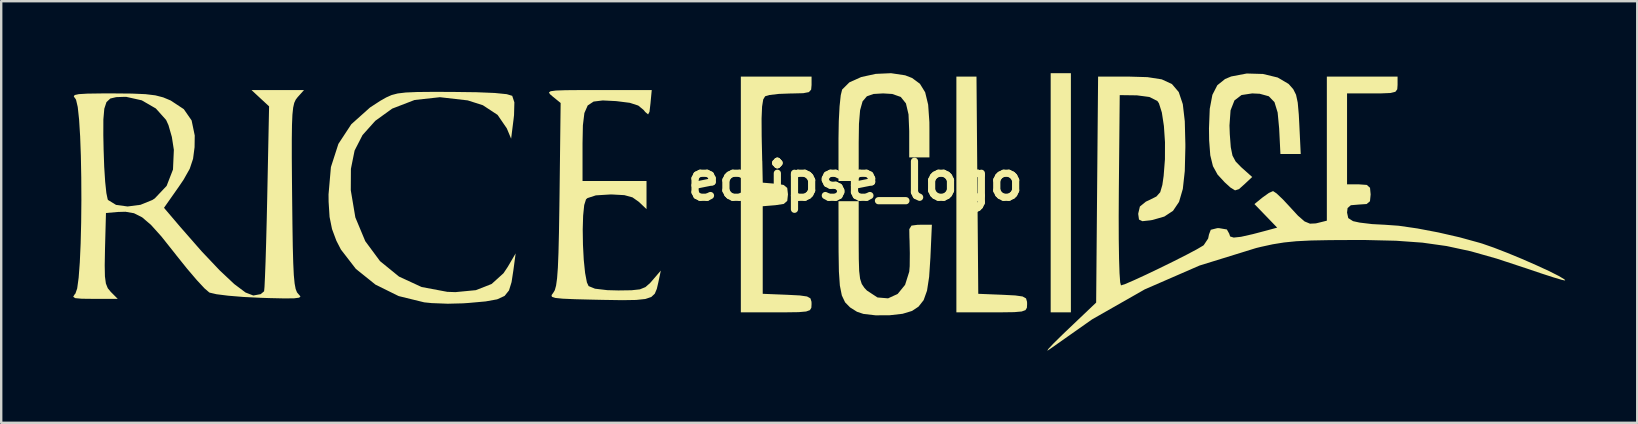
<source format=kicad_pcb>
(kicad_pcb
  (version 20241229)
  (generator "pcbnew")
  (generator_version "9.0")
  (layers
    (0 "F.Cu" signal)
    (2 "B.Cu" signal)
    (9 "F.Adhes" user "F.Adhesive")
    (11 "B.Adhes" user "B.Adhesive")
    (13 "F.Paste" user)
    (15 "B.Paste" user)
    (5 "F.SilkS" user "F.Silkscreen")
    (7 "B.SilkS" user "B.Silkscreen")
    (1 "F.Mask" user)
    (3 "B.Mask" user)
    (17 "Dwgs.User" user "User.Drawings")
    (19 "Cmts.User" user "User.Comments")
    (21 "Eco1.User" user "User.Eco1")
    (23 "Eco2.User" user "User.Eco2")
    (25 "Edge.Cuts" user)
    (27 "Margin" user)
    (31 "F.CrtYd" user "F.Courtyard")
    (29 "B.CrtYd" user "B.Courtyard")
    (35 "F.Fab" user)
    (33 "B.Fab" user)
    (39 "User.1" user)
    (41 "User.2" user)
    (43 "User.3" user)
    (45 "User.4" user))
  (footprint "eclipse_logo"
    (layer "F.Cu")
    (at 32.589 4.491)
    (property "Reference" "eclipse_logo" (at 0 0 0) (layer "F.SilkS") (effects (font (size 1.5 1.5) (thickness 0.3))))
    (attr board_only exclude_from_pos_files exclude_from_bom)
    (fp_poly (pts (xy 8.981 0.491) (xy 8.981 5.473) (xy 8.56 5.473) (xy 8.139 5.473) (xy 8.139 0.491) (xy 8.139 -4.491) (xy 8.56 -4.491) (xy 8.981 -4.491)) (stroke (width 0) (type solid)) (fill yes) (layer "F.SilkS"))
    (fp_poly (pts (xy 5.085 0.175) (xy 5.122 4.701) (xy 6.14 4.742) (xy 6.664 4.769) (xy 6.968 4.812) (xy 7.112 4.892) (xy 7.154 5.034) (xy 7.157 5.128) (xy 7.148 5.282) (xy 7.089 5.381) (xy 6.93 5.438) (xy 6.62 5.465) (xy 6.11 5.472) (xy 5.683 5.473) (xy 4.21 5.473) (xy 4.21 0.561) (xy 4.21 -4.35) (xy 4.629 -4.35) (xy 5.048 -4.35)) (stroke (width 0) (type solid)) (fill yes) (layer "F.SilkS"))
    (fp_poly (pts (xy 2.076 -4.403) (xy 2.365 -4.291) (xy 2.691 -4.05) (xy 2.909 -3.696) (xy 3.034 -3.18) (xy 3.085 -2.452) (xy 3.087 -2.169) (xy 3.087 -0.982) (xy 2.666 -0.982) (xy 2.245 -0.982) (xy 2.245 -2.083) (xy 2.216 -2.775) (xy 2.108 -3.233) (xy 1.892 -3.502) (xy 1.536 -3.626) (xy 1.157 -3.649) (xy 0.76 -3.626) (xy 0.481 -3.529) (xy 0.301 -3.317) (xy 0.198 -2.948) (xy 0.151 -2.381) (xy 0.14 -1.604) (xy 0.14 0) (xy -0.281 0) (xy -0.702 0) (xy -0.702 -1.763) (xy -0.69 -2.488) (xy -0.657 -3.112) (xy -0.608 -3.574) (xy -0.55 -3.81) (xy -0.249 -4.109) (xy 0.245 -4.331) (xy 0.851 -4.463) (xy 1.488 -4.491)) (stroke (width 0) (type solid)) (fill yes) (layer "F.SilkS"))
    (fp_poly (pts (xy 0.14 2.532) (xy 0.144 3.251) (xy 0.159 3.746) (xy 0.198 4.074) (xy 0.268 4.292) (xy 0.38 4.457) (xy 0.485 4.567) (xy 0.922 4.853) (xy 1.364 4.89) (xy 1.764 4.706) (xy 2.073 4.327) (xy 2.246 3.779) (xy 2.265 3.55) (xy 2.27 3.009) (xy 2.259 2.481) (xy 2.253 2.351) (xy 2.248 2.007) (xy 2.339 1.859) (xy 2.597 1.825) (xy 2.705 1.824) (xy 3.189 1.824) (xy 3.128 3.193) (xy 3.075 3.995) (xy 2.987 4.569) (xy 2.845 4.966) (xy 2.632 5.236) (xy 2.362 5.415) (xy 1.967 5.534) (xy 1.423 5.595) (xy 0.842 5.597) (xy 0.338 5.539) (xy 0.07 5.45) (xy -0.219 5.268) (xy -0.426 5.057) (xy -0.563 4.769) (xy -0.645 4.356) (xy -0.685 3.769) (xy -0.698 2.959) (xy -0.699 2.772) (xy -0.702 0.842) (xy -0.281 0.842) (xy 0.14 0.842)) (stroke (width 0) (type solid)) (fill yes) (layer "F.SilkS"))
    (fp_poly (pts (xy -1.824 -3.999) (xy -1.841 -3.808) (xy -1.935 -3.703) (xy -2.171 -3.658) (xy -2.613 -3.647) (xy -2.701 -3.646) (xy -3.193 -3.628) (xy -3.582 -3.582) (xy -3.758 -3.53) (xy -3.838 -3.398) (xy -3.886 -3.1) (xy -3.907 -2.601) (xy -3.903 -1.865) (xy -3.899 -1.673) (xy -3.859 0.07) (xy -3.333 0.114) (xy -2.986 0.166) (xy -2.838 0.289) (xy -2.807 0.555) (xy -2.807 0.561) (xy -2.837 0.83) (xy -2.982 0.956) (xy -3.324 1.008) (xy -3.333 1.009) (xy -3.859 1.052) (xy -3.859 2.877) (xy -3.859 4.701) (xy -2.842 4.742) (xy -2.317 4.769) (xy -2.013 4.812) (xy -1.87 4.892) (xy -1.827 5.034) (xy -1.824 5.128) (xy -1.833 5.282) (xy -1.892 5.381) (xy -2.051 5.438) (xy -2.361 5.465) (xy -2.872 5.472) (xy -3.298 5.473) (xy -4.771 5.473) (xy -4.771 0.561) (xy -4.771 -4.35) (xy -3.298 -4.35) (xy -1.824 -4.35)) (stroke (width 0) (type solid)) (fill yes) (layer "F.SilkS"))
    (fp_poly (pts (xy 16.986 -4.459) (xy 17.598 -4.311) (xy 18.049 -4.046) (xy 18.068 -4.027) (xy 18.248 -3.822) (xy 18.363 -3.592) (xy 18.433 -3.266) (xy 18.477 -2.771) (xy 18.497 -2.391) (xy 18.558 -1.123) (xy 18.135 -1.123) (xy 17.712 -1.123) (xy 17.659 -2.189) (xy 17.596 -2.853) (xy 17.464 -3.285) (xy 17.227 -3.53) (xy 16.85 -3.634) (xy 16.536 -3.649) (xy 16.09 -3.581) (xy 15.796 -3.356) (xy 15.634 -2.943) (xy 15.589 -2.311) (xy 15.602 -1.949) (xy 15.643 -1.408) (xy 15.714 -1.059) (xy 15.846 -0.812) (xy 16.071 -0.581) (xy 16.096 -0.558) (xy 16.535 -0.166) (xy 16.222 0.127) (xy 15.985 0.339) (xy 15.821 0.391) (xy 15.628 0.272) (xy 15.391 0.056) (xy 15.094 -0.265) (xy 14.9 -0.618) (xy 14.789 -1.07) (xy 14.742 -1.689) (xy 14.735 -2.191) (xy 14.767 -3.005) (xy 14.877 -3.589) (xy 15.082 -3.989) (xy 15.404 -4.248) (xy 15.66 -4.355) (xy 16.308 -4.478)) (stroke (width 0) (type solid)) (fill yes) (layer "F.SilkS"))
    (fp_poly (pts (xy -16.804 -3.711) (xy -15.784 -3.698) (xy -15.022 -3.667) (xy -14.524 -3.617) (xy -14.299 -3.549) (xy -14.296 -3.547) (xy -14.207 -3.276) (xy -14.221 -2.744) (xy -14.24 -2.576) (xy -14.342 -1.763) (xy -14.522 -2.192) (xy -14.907 -2.754) (xy -15.52 -3.157) (xy -16.151 -3.358) (xy -17.309 -3.491) (xy -18.364 -3.375) (xy -19.3 -3.014) (xy -20.003 -2.506) (xy -20.534 -1.913) (xy -20.864 -1.269) (xy -21.018 -0.506) (xy -21.023 0.387) (xy -20.833 1.518) (xy -20.419 2.509) (xy -19.805 3.339) (xy -19.014 3.983) (xy -18.072 4.418) (xy -17.002 4.619) (xy -16.663 4.631) (xy -15.811 4.549) (xy -15.156 4.292) (xy -14.66 3.844) (xy -14.482 3.578) (xy -14.154 3.017) (xy -14.248 3.719) (xy -14.324 4.214) (xy -14.431 4.56) (xy -14.615 4.789) (xy -14.924 4.931) (xy -15.405 5.018) (xy -16.105 5.081) (xy -16.349 5.098) (xy -16.981 5.114) (xy -17.652 5.088) (xy -17.962 5.057) (xy -19.029 4.795) (xy -19.994 4.319) (xy -20.812 3.662) (xy -21.434 2.857) (xy -21.624 2.488) (xy -21.805 2.002) (xy -21.907 1.498) (xy -21.947 0.865) (xy -21.95 0.561) (xy -21.851 -0.579) (xy -21.539 -1.546) (xy -21.001 -2.365) (xy -20.222 -3.062) (xy -19.787 -3.345) (xy -19.545 -3.482) (xy -19.322 -3.581) (xy -19.068 -3.647) (xy -18.731 -3.687) (xy -18.261 -3.707) (xy -17.608 -3.713)) (stroke (width 0) (type solid)) (fill yes) (layer "F.SilkS"))
    (fp_poly (pts (xy -8.536 -3.23) (xy -8.577 -2.882) (xy -8.635 -2.775) (xy -8.751 -2.872) (xy -8.826 -2.963) (xy -9.046 -3.143) (xy -9.397 -3.257) (xy -9.953 -3.327) (xy -9.977 -3.329) (xy -10.525 -3.356) (xy -10.906 -3.309) (xy -11.151 -3.147) (xy -11.29 -2.831) (xy -11.352 -2.319) (xy -11.367 -1.572) (xy -11.367 -1.463) (xy -11.367 0) (xy -10.034 0) (xy -8.701 0) (xy -8.701 0.586) (xy -8.701 1.172) (xy -9.025 0.866) (xy -9.285 0.683) (xy -9.624 0.59) (xy -10.137 0.562) (xy -10.201 0.561) (xy -10.811 0.599) (xy -11.162 0.713) (xy -11.222 0.766) (xy -11.297 1.003) (xy -11.342 1.444) (xy -11.359 2.02) (xy -11.349 2.657) (xy -11.316 3.285) (xy -11.26 3.831) (xy -11.185 4.225) (xy -11.114 4.379) (xy -10.848 4.488) (xy -10.333 4.549) (xy -9.874 4.561) (xy -9.325 4.553) (xy -8.976 4.515) (xy -8.745 4.421) (xy -8.551 4.25) (xy -8.461 4.147) (xy -8.105 3.733) (xy -8.207 4.217) (xy -8.271 4.494) (xy -8.356 4.696) (xy -8.502 4.833) (xy -8.749 4.917) (xy -9.139 4.957) (xy -9.71 4.966) (xy -10.505 4.954) (xy -10.929 4.945) (xy -11.682 4.926) (xy -12.193 4.904) (xy -12.501 4.873) (xy -12.643 4.826) (xy -12.658 4.757) (xy -12.589 4.662) (xy -12.522 4.55) (xy -12.469 4.357) (xy -12.427 4.053) (xy -12.394 3.605) (xy -12.369 2.984) (xy -12.349 2.156) (xy -12.332 1.092) (xy -12.325 0.585) (xy -12.279 -3.25) (xy -12.61 -3.519) (xy -12.727 -3.62) (xy -12.766 -3.692) (xy -12.694 -3.74) (xy -12.474 -3.769) (xy -12.074 -3.783) (xy -11.458 -3.788) (xy -10.712 -3.789) (xy -8.483 -3.789)) (stroke (width 0) (type solid)) (fill yes) (layer "F.SilkS"))
    (fp_poly (pts (xy -23.238 -3.492) (xy -23.317 -3.389) (xy -23.379 -3.255) (xy -23.424 -3.057) (xy -23.455 -2.762) (xy -23.473 -2.336) (xy -23.481 -1.746) (xy -23.481 -0.959) (xy -23.473 0.058) (xy -23.467 0.67) (xy -23.454 1.823) (xy -23.44 2.728) (xy -23.421 3.416) (xy -23.397 3.92) (xy -23.363 4.271) (xy -23.32 4.501) (xy -23.263 4.642) (xy -23.192 4.727) (xy -23.187 4.732) (xy -23.119 4.811) (xy -23.174 4.862) (xy -23.385 4.889) (xy -23.789 4.893) (xy -24.423 4.879) (xy -24.781 4.867) (xy -25.496 4.832) (xy -26.131 4.78) (xy -26.621 4.718) (xy -26.903 4.652) (xy -26.92 4.644) (xy -27.117 4.475) (xy -27.44 4.128) (xy -27.845 3.653) (xy -28.292 3.096) (xy -28.365 3.002) (xy -28.913 2.313) (xy -29.35 1.827) (xy -29.717 1.514) (xy -30.057 1.343) (xy -30.413 1.282) (xy -30.725 1.291) (xy -31.224 1.333) (xy -31.264 2.837) (xy -31.276 3.516) (xy -31.267 3.975) (xy -31.227 4.272) (xy -31.148 4.469) (xy -31.021 4.623) (xy -31.018 4.626) (xy -30.733 4.912) (xy -31.725 4.912) (xy -32.234 4.906) (xy -32.507 4.881) (xy -32.589 4.823) (xy -32.526 4.721) (xy -32.497 4.691) (xy -32.423 4.478) (xy -32.362 4.03) (xy -32.314 3.392) (xy -32.279 2.611) (xy -32.257 1.73) (xy -32.248 0.796) (xy -32.253 -0.145) (xy -32.27 -1.05) (xy -32.3 -1.871) (xy -32.303 -1.908) (xy -31.334 -1.908) (xy -31.322 -1.309) (xy -31.297 -0.591) (xy -31.257 0.032) (xy -31.207 0.503) (xy -31.152 0.765) (xy -31.137 0.792) (xy -30.804 0.996) (xy -30.322 1.062) (xy -29.787 0.993) (xy -29.291 0.792) (xy -29.189 0.725) (xy -28.696 0.204) (xy -28.431 -0.478) (xy -28.395 -1.297) (xy -28.478 -1.834) (xy -28.62 -2.328) (xy -28.719 -2.544) (xy -29.145 -3.021) (xy -29.733 -3.361) (xy -30.378 -3.505) (xy -30.45 -3.506) (xy -30.797 -3.494) (xy -31.042 -3.436) (xy -31.202 -3.288) (xy -31.293 -3.012) (xy -31.332 -2.565) (xy -31.334 -1.908) (xy -32.303 -1.908) (xy -32.344 -2.564) (xy -32.4 -3.083) (xy -32.47 -3.383) (xy -32.497 -3.428) (xy -32.565 -3.519) (xy -32.529 -3.581) (xy -32.353 -3.619) (xy -31.996 -3.64) (xy -31.422 -3.648) (xy -30.927 -3.649) (xy -30.145 -3.642) (xy -29.578 -3.618) (xy -29.165 -3.568) (xy -28.84 -3.484) (xy -28.54 -3.359) (xy -28.528 -3.354) (xy -27.981 -2.993) (xy -27.655 -2.523) (xy -27.525 -1.896) (xy -27.532 -1.408) (xy -27.595 -0.923) (xy -27.734 -0.507) (xy -27.991 -0.052) (xy -28.197 0.251) (xy -28.806 1.118) (xy -28.12 1.923) (xy -27.24 2.928) (xy -26.49 3.72) (xy -25.878 4.295) (xy -25.408 4.647) (xy -25.087 4.771) (xy -25.079 4.771) (xy -24.777 4.715) (xy -24.635 4.596) (xy -24.618 4.414) (xy -24.598 3.989) (xy -24.574 3.362) (xy -24.55 2.569) (xy -24.526 1.65) (xy -24.504 0.655) (xy -24.427 -3.11) (xy -24.794 -3.449) (xy -25.16 -3.789) (xy -24.066 -3.789) (xy -22.971 -3.789)) (stroke (width 0) (type solid)) (fill yes) (layer "F.SilkS"))
    (fp_poly (pts (xy 12.171 -4.327) (xy 12.766 -4.235) (xy 13.191 -4.039) (xy 13.475 -3.706) (xy 13.644 -3.201) (xy 13.727 -2.489) (xy 13.751 -1.536) (xy 13.751 -1.403) (xy 13.727 -0.415) (xy 13.645 0.331) (xy 13.487 0.872) (xy 13.236 1.244) (xy 12.875 1.482) (xy 12.386 1.623) (xy 12.294 1.639) (xy 11.96 1.675) (xy 11.819 1.607) (xy 11.788 1.387) (xy 11.788 1.353) (xy 11.856 1.065) (xy 12.105 0.861) (xy 12.267 0.786) (xy 12.544 0.647) (xy 12.703 0.469) (xy 12.792 0.165) (xy 12.846 -0.211) (xy 12.9 -0.902) (xy 12.902 -1.618) (xy 12.857 -2.292) (xy 12.771 -2.854) (xy 12.65 -3.237) (xy 12.584 -3.333) (xy 12.255 -3.499) (xy 11.728 -3.569) (xy 11.687 -3.569) (xy 11.016 -3.578) (xy 10.979 0.386) (xy 10.973 1.481) (xy 10.976 2.442) (xy 10.988 3.238) (xy 11.008 3.842) (xy 11.035 4.222) (xy 11.068 4.35) (xy 11.25 4.291) (xy 11.62 4.131) (xy 12.121 3.9) (xy 12.692 3.627) (xy 13.274 3.341) (xy 13.807 3.071) (xy 14.231 2.846) (xy 14.487 2.695) (xy 14.517 2.673) (xy 14.701 2.396) (xy 14.735 2.228) (xy 14.81 2.033) (xy 15.077 1.966) (xy 15.156 1.965) (xy 15.48 2.02) (xy 15.577 2.193) (xy 15.617 2.312) (xy 15.766 2.358) (xy 16.068 2.326) (xy 16.565 2.214) (xy 17.025 2.093) (xy 17.577 1.944) (xy 17.103 1.453) (xy 16.629 0.962) (xy 16.961 0.691) (xy 17.23 0.499) (xy 17.405 0.421) (xy 17.552 0.518) (xy 17.816 0.769) (xy 18.056 1.026) (xy 18.443 1.446) (xy 18.718 1.685) (xy 18.945 1.779) (xy 19.187 1.767) (xy 19.289 1.743) (xy 19.646 1.654) (xy 19.646 -1.348) (xy 19.646 -4.35) (xy 21.12 -4.35) (xy 22.593 -4.35) (xy 22.593 -3.999) (xy 22.58 -3.821) (xy 22.501 -3.716) (xy 22.298 -3.666) (xy 21.911 -3.65) (xy 21.541 -3.649) (xy 20.488 -3.649) (xy 20.488 -1.754) (xy 20.488 0.14) (xy 20.98 0.14) (xy 21.31 0.164) (xy 21.445 0.283) (xy 21.471 0.561) (xy 21.443 0.844) (xy 21.304 0.96) (xy 20.98 0.982) (xy 20.646 1.01) (xy 20.51 1.128) (xy 20.488 1.315) (xy 20.538 1.546) (xy 20.738 1.674) (xy 21.015 1.734) (xy 21.531 1.796) (xy 22.042 1.823) (xy 22.049 1.823) (xy 22.64 1.865) (xy 23.414 1.977) (xy 24.289 2.143) (xy 25.179 2.347) (xy 26.003 2.574) (xy 26.126 2.611) (xy 26.602 2.777) (xy 27.17 2.997) (xy 27.778 3.248) (xy 28.371 3.508) (xy 28.899 3.751) (xy 29.307 3.956) (xy 29.544 4.098) (xy 29.579 4.148) (xy 29.439 4.12) (xy 29.088 4.016) (xy 28.578 3.851) (xy 27.97 3.645) (xy 26.725 3.235) (xy 25.642 2.928) (xy 24.637 2.711) (xy 23.628 2.569) (xy 22.533 2.49) (xy 21.27 2.46) (xy 20.769 2.459) (xy 19.77 2.464) (xy 18.992 2.479) (xy 18.375 2.51) (xy 17.861 2.562) (xy 17.389 2.638) (xy 16.9 2.745) (xy 16.699 2.794) (xy 14.342 3.523) (xy 12.055 4.518) (xy 9.862 5.768) (xy 8.139 6.981) (xy 7.997 7.076) (xy 8.042 6.997) (xy 8.26 6.766) (xy 8.633 6.399) (xy 8.771 6.267) (xy 10.034 5.066) (xy 10.074 0.358) (xy 10.115 -4.35) (xy 11.379 -4.35)) (stroke (width 0) (type solid)) (fill yes) (layer "F.SilkS")))
  (gr_rect
    (start -3 -3)
    (end 65.168 14.567)
    (stroke (width 0.1) (type default))
    (fill no)
    (layer "Edge.Cuts")))
</source>
